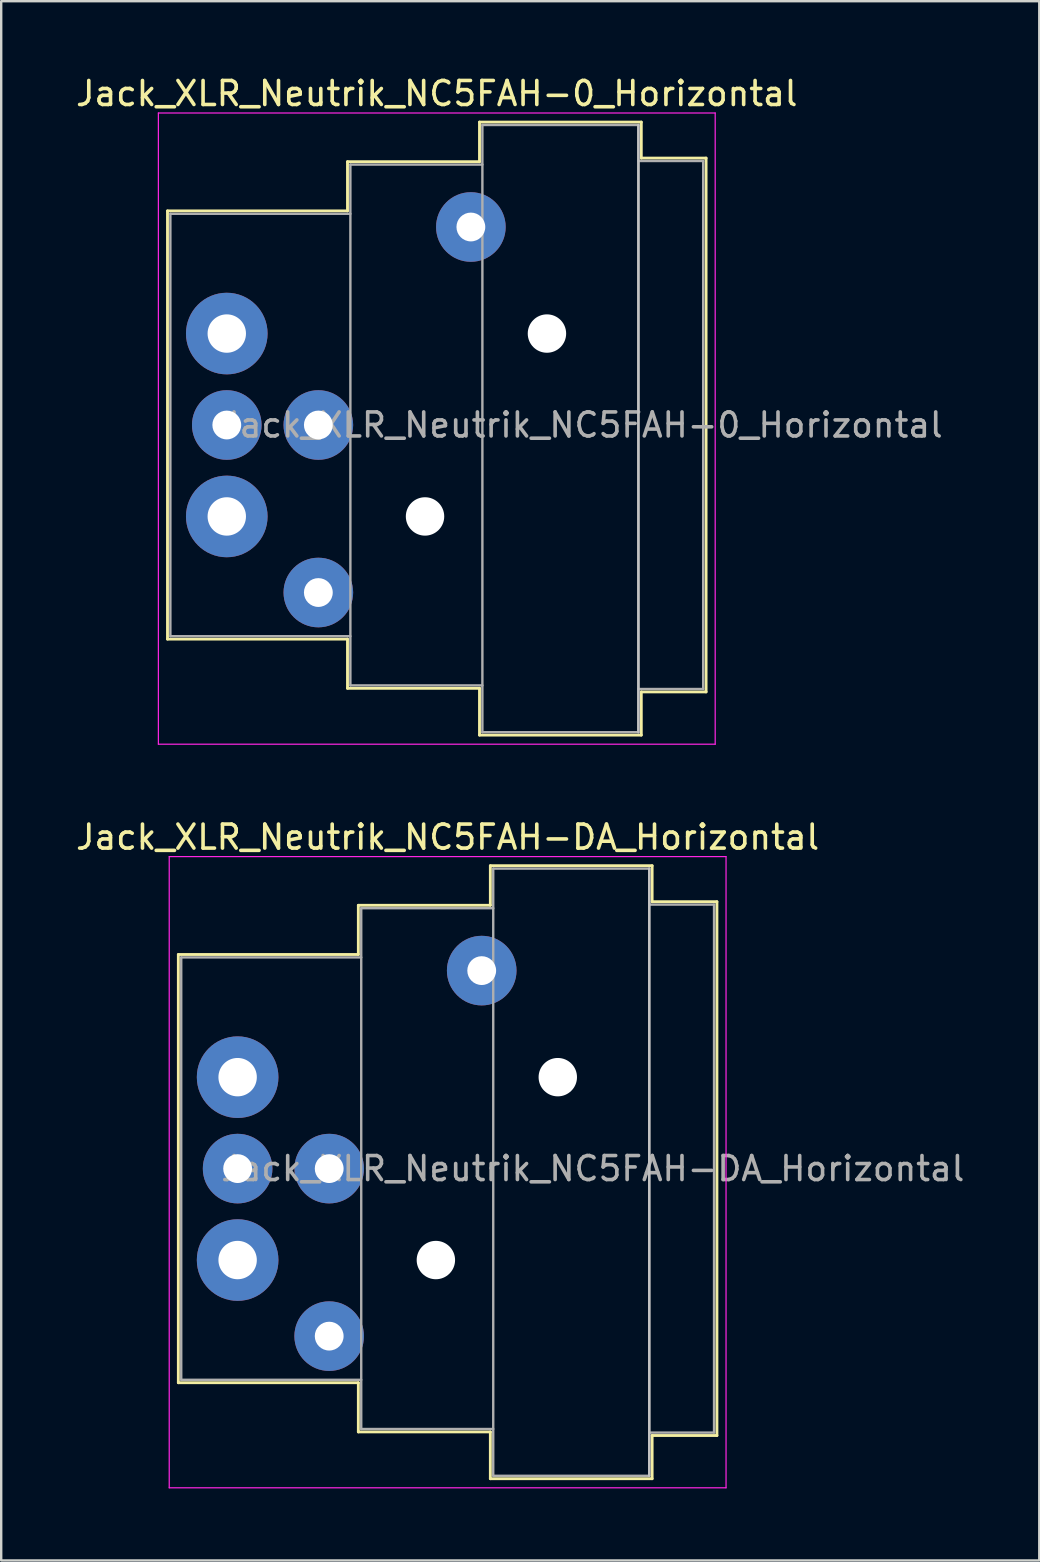
<source format=kicad_pcb>
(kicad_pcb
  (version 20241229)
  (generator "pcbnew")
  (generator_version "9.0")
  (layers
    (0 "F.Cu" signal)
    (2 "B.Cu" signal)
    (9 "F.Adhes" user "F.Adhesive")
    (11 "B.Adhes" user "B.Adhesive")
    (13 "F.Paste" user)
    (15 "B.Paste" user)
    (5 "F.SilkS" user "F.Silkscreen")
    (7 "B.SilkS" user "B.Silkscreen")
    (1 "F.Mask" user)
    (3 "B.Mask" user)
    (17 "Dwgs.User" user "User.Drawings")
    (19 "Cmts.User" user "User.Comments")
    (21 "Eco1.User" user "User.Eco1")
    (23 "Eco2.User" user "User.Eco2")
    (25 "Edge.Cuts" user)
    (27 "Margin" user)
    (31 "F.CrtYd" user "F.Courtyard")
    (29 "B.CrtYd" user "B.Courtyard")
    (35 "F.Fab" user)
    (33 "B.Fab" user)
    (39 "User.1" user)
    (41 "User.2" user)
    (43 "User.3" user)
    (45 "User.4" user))
  (footprint "Jack_XLR_Neutrik_NC5FAH-DA_Horizontal"
    (layer "F.Cu")
    (at 6.851 41.831)
    (property "Reference" "Jack_XLR_Neutrik_NC5FAH-DA_Horizontal" (at 8.75 -10 0) (layer "F.SilkS") (effects (font (size 1 1) (thickness 0.15))))
    (attr through_hole)
    (fp_line (start -2.47 -5.11) (end -2.47 12.73) (stroke (width 0.12) (type solid)) (layer "F.SilkS"))
    (fp_line (start 5.03 -5.11) (end -2.47 -5.11) (stroke (width 0.12) (type solid)) (layer "F.SilkS"))
    (fp_line (start 5.03 -5.11) (end 5.03 -7.16) (stroke (width 0.12) (type solid)) (layer "F.SilkS"))
    (fp_line (start 5.03 12.73) (end -2.47 12.73) (stroke (width 0.12) (type solid)) (layer "F.SilkS"))
    (fp_line (start 5.03 12.73) (end 5.03 14.78) (stroke (width 0.12) (type solid)) (layer "F.SilkS"))
    (fp_line (start 10.53 -7.16) (end 5.03 -7.16) (stroke (width 0.12) (type solid)) (layer "F.SilkS"))
    (fp_line (start 10.53 -7.16) (end 10.53 -8.81) (stroke (width 0.12) (type solid)) (layer "F.SilkS"))
    (fp_line (start 10.53 14.78) (end 5.03 14.78) (stroke (width 0.12) (type solid)) (layer "F.SilkS"))
    (fp_line (start 10.53 16.73) (end 10.53 14.78) (stroke (width 0.12) (type solid)) (layer "F.SilkS"))
    (fp_line (start 17.27 -8.81) (end 10.53 -8.81) (stroke (width 0.12) (type solid)) (layer "F.SilkS"))
    (fp_line (start 17.27 -8.81) (end 17.27 -7.31) (stroke (width 0.12) (type solid)) (layer "F.SilkS"))
    (fp_line (start 17.27 -7.31) (end 19.97 -7.31) (stroke (width 0.12) (type solid)) (layer "F.SilkS"))
    (fp_line (start 17.27 14.93) (end 17.27 16.73) (stroke (width 0.12) (type solid)) (layer "F.SilkS"))
    (fp_line (start 17.27 14.93) (end 19.97 14.93) (stroke (width 0.12) (type solid)) (layer "F.SilkS"))
    (fp_line (start 17.27 16.73) (end 10.53 16.73) (stroke (width 0.12) (type solid)) (layer "F.SilkS"))
    (fp_line (start 19.97 -7.31) (end 19.97 14.93) (stroke (width 0.12) (type solid)) (layer "F.SilkS"))
    (fp_line (start 17.15 -8.69) (end 17.15 16.61) (stroke (width 0.1) (type solid)) (layer "Dwgs.User"))
    (fp_line (start -2.85 -9.19) (end -2.85 17.11) (stroke (width 0.05) (type solid)) (layer "F.CrtYd"))
    (fp_line (start 20.35 -9.19) (end -2.85 -9.19) (stroke (width 0.05) (type solid)) (layer "F.CrtYd"))
    (fp_line (start 20.35 -9.19) (end 20.35 17.11) (stroke (width 0.05) (type solid)) (layer "F.CrtYd"))
    (fp_line (start 20.35 17.11) (end -2.85 17.11) (stroke (width 0.05) (type solid)) (layer "F.CrtYd"))
    (fp_line (start -2.35 -4.99) (end -2.35 12.61) (stroke (width 0.1) (type solid)) (layer "F.Fab"))
    (fp_line (start 5.15 -4.99) (end -2.35 -4.99) (stroke (width 0.1) (type solid)) (layer "F.Fab"))
    (fp_line (start 5.15 12.61) (end -2.35 12.61) (stroke (width 0.1) (type solid)) (layer "F.Fab"))
    (fp_line (start 5.15 14.66) (end 5.15 -7.04) (stroke (width 0.1) (type solid)) (layer "F.Fab"))
    (fp_line (start 5.15 14.66) (end 10.65 14.66) (stroke (width 0.1) (type solid)) (layer "F.Fab"))
    (fp_line (start 10.65 -8.69) (end 17.15 -8.69) (stroke (width 0.1) (type solid)) (layer "F.Fab"))
    (fp_line (start 10.65 -7.04) (end 5.15 -7.04) (stroke (width 0.1) (type solid)) (layer "F.Fab"))
    (fp_line (start 10.65 16.61) (end 10.65 -8.69) (stroke (width 0.1) (type solid)) (layer "F.Fab"))
    (fp_line (start 17.15 -8.69) (end 17.15 16.61) (stroke (width 0.1) (type solid)) (layer "F.Fab"))
    (fp_line (start 17.15 -7.19) (end 19.85 -7.19) (stroke (width 0.1) (type solid)) (layer "F.Fab"))
    (fp_line (start 17.15 16.61) (end 10.65 16.61) (stroke (width 0.1) (type solid)) (layer "F.Fab"))
    (fp_line (start 19.85 -7.19) (end 19.85 14.81) (stroke (width 0.1) (type solid)) (layer "F.Fab"))
    (fp_line (start 19.85 14.81) (end 17.15 14.81) (stroke (width 0.1) (type solid)) (layer "F.Fab"))
    (fp_text user "${REFERENCE}" (at 14.8 3.81 0) (layer "F.Fab") (effects (font (size 1 1) (thickness 0.15))))
    (pad "" np_thru_hole circle (at 8.26 7.62) (size 1.6 1.6) (drill 1.6) (layers "*.Cu" "*.Mask"))
    (pad "" np_thru_hole circle (at 13.34 0) (size 1.6 1.6) (drill 1.6) (layers "*.Cu" "*.Mask"))
    (pad "1" thru_hole circle (at 0 0) (size 3.4 3.4) (drill 1.6) (layers "*.Cu" "*.Mask"))
    (pad "2" thru_hole circle (at 3.815 3.81) (size 2.9 2.9) (drill 1.2) (layers "*.Cu" "*.Mask"))
    (pad "3" thru_hole circle (at 0 3.81) (size 2.9 2.9) (drill 1.2) (layers "*.Cu" "*.Mask"))
    (pad "4" thru_hole circle (at 3.815 10.79) (size 2.9 2.9) (drill 1.2) (layers "*.Cu" "*.Mask"))
    (pad "5" thru_hole circle (at 0 7.62) (size 3.4 3.4) (drill 1.6) (layers "*.Cu" "*.Mask"))
    (pad "G" thru_hole circle (at 10.17 -4.44) (size 2.9 2.9) (drill 1.2) (layers "*.Cu" "*.Mask")))
  (footprint "Jack_XLR_Neutrik_NC5FAH-0_Horizontal"
    (layer "F.Cu")
    (at 6.399 10.848)
    (property "Reference" "Jack_XLR_Neutrik_NC5FAH-0_Horizontal" (at 8.75 -10 0) (layer "F.SilkS") (effects (font (size 1 1) (thickness 0.15))))
    (attr through_hole)
    (fp_line (start -2.47 -5.11) (end -2.47 12.73) (stroke (width 0.12) (type solid)) (layer "F.SilkS"))
    (fp_line (start 5.03 -5.11) (end -2.47 -5.11) (stroke (width 0.12) (type solid)) (layer "F.SilkS"))
    (fp_line (start 5.03 -5.11) (end 5.03 -7.16) (stroke (width 0.12) (type solid)) (layer "F.SilkS"))
    (fp_line (start 5.03 12.73) (end -2.47 12.73) (stroke (width 0.12) (type solid)) (layer "F.SilkS"))
    (fp_line (start 5.03 12.73) (end 5.03 14.78) (stroke (width 0.12) (type solid)) (layer "F.SilkS"))
    (fp_line (start 10.53 -7.16) (end 5.03 -7.16) (stroke (width 0.12) (type solid)) (layer "F.SilkS"))
    (fp_line (start 10.53 -7.16) (end 10.53 -8.81) (stroke (width 0.12) (type solid)) (layer "F.SilkS"))
    (fp_line (start 10.53 14.78) (end 5.03 14.78) (stroke (width 0.12) (type solid)) (layer "F.SilkS"))
    (fp_line (start 10.53 16.73) (end 10.53 14.78) (stroke (width 0.12) (type solid)) (layer "F.SilkS"))
    (fp_line (start 17.27 -8.81) (end 10.53 -8.81) (stroke (width 0.12) (type solid)) (layer "F.SilkS"))
    (fp_line (start 17.27 -8.81) (end 17.27 -7.31) (stroke (width 0.12) (type solid)) (layer "F.SilkS"))
    (fp_line (start 17.27 -7.31) (end 19.97 -7.31) (stroke (width 0.12) (type solid)) (layer "F.SilkS"))
    (fp_line (start 17.27 14.93) (end 17.27 16.73) (stroke (width 0.12) (type solid)) (layer "F.SilkS"))
    (fp_line (start 17.27 14.93) (end 19.97 14.93) (stroke (width 0.12) (type solid)) (layer "F.SilkS"))
    (fp_line (start 17.27 16.73) (end 10.53 16.73) (stroke (width 0.12) (type solid)) (layer "F.SilkS"))
    (fp_line (start 19.97 -7.31) (end 19.97 14.93) (stroke (width 0.12) (type solid)) (layer "F.SilkS"))
    (fp_line (start 17.15 -8.69) (end 17.15 16.61) (stroke (width 0.1) (type solid)) (layer "Dwgs.User"))
    (fp_line (start -2.85 -9.19) (end -2.85 17.11) (stroke (width 0.05) (type solid)) (layer "F.CrtYd"))
    (fp_line (start 20.35 -9.19) (end -2.85 -9.19) (stroke (width 0.05) (type solid)) (layer "F.CrtYd"))
    (fp_line (start 20.35 -9.19) (end 20.35 17.11) (stroke (width 0.05) (type solid)) (layer "F.CrtYd"))
    (fp_line (start 20.35 17.11) (end -2.85 17.11) (stroke (width 0.05) (type solid)) (layer "F.CrtYd"))
    (fp_line (start -2.35 -4.99) (end -2.35 12.61) (stroke (width 0.1) (type solid)) (layer "F.Fab"))
    (fp_line (start 5.15 -4.99) (end -2.35 -4.99) (stroke (width 0.1) (type solid)) (layer "F.Fab"))
    (fp_line (start 5.15 12.61) (end -2.35 12.61) (stroke (width 0.1) (type solid)) (layer "F.Fab"))
    (fp_line (start 5.15 14.66) (end 5.15 -7.04) (stroke (width 0.1) (type solid)) (layer "F.Fab"))
    (fp_line (start 5.15 14.66) (end 10.65 14.66) (stroke (width 0.1) (type solid)) (layer "F.Fab"))
    (fp_line (start 10.65 -8.69) (end 17.15 -8.69) (stroke (width 0.1) (type solid)) (layer "F.Fab"))
    (fp_line (start 10.65 -7.04) (end 5.15 -7.04) (stroke (width 0.1) (type solid)) (layer "F.Fab"))
    (fp_line (start 10.65 16.61) (end 10.65 -8.69) (stroke (width 0.1) (type solid)) (layer "F.Fab"))
    (fp_line (start 17.15 -8.69) (end 17.15 16.61) (stroke (width 0.1) (type solid)) (layer "F.Fab"))
    (fp_line (start 17.15 -7.19) (end 19.85 -7.19) (stroke (width 0.1) (type solid)) (layer "F.Fab"))
    (fp_line (start 17.15 16.61) (end 10.65 16.61) (stroke (width 0.1) (type solid)) (layer "F.Fab"))
    (fp_line (start 19.85 -7.19) (end 19.85 14.81) (stroke (width 0.1) (type solid)) (layer "F.Fab"))
    (fp_line (start 19.85 14.81) (end 17.15 14.81) (stroke (width 0.1) (type solid)) (layer "F.Fab"))
    (fp_text user "${REFERENCE}" (at 14.8 3.81 0) (layer "F.Fab") (effects (font (size 1 1) (thickness 0.15))))
    (pad "" np_thru_hole circle (at 8.26 7.62) (size 1.6 1.6) (drill 1.6) (layers "*.Cu" "*.Mask"))
    (pad "" np_thru_hole circle (at 13.34 0) (size 1.6 1.6) (drill 1.6) (layers "*.Cu" "*.Mask"))
    (pad "1" thru_hole circle (at 0 0) (size 3.4 3.4) (drill 1.6) (layers "*.Cu" "*.Mask"))
    (pad "2" thru_hole circle (at 3.815 3.81) (size 2.9 2.9) (drill 1.2) (layers "*.Cu" "*.Mask"))
    (pad "3" thru_hole circle (at 0 3.81) (size 2.9 2.9) (drill 1.2) (layers "*.Cu" "*.Mask"))
    (pad "4" thru_hole circle (at 3.815 10.79) (size 2.9 2.9) (drill 1.2) (layers "*.Cu" "*.Mask"))
    (pad "5" thru_hole circle (at 0 7.62) (size 3.4 3.4) (drill 1.6) (layers "*.Cu" "*.Mask"))
    (pad "G" thru_hole circle (at 10.17 -4.44) (size 2.9 2.9) (drill 1.2) (layers "*.Cu" "*.Mask")))
  (gr_rect
    (start -3 -3)
    (end 40.252 61.967)
    (stroke (width 0.1) (type default))
    (fill no)
    (layer "Edge.Cuts")))
</source>
